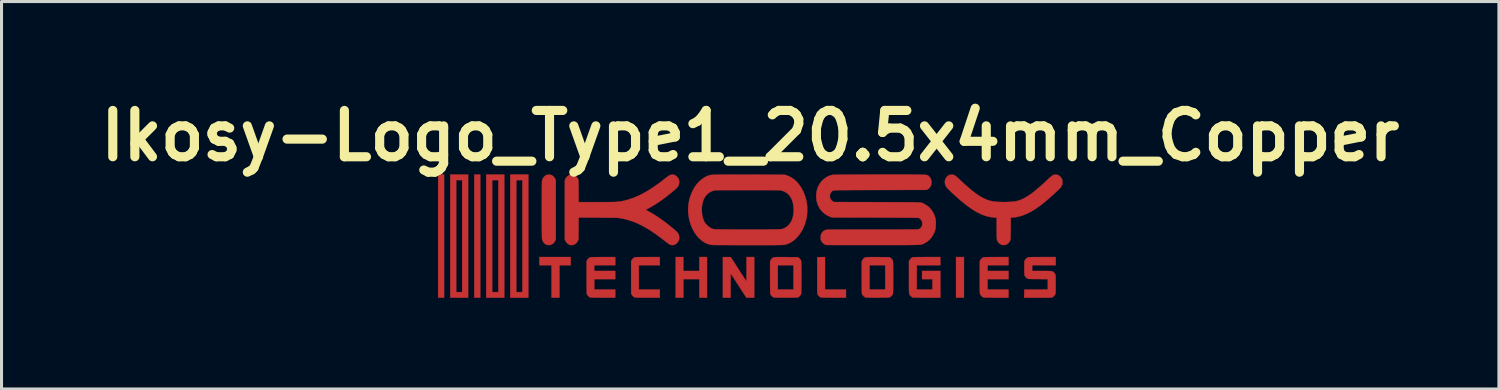
<source format=kicad_pcb>
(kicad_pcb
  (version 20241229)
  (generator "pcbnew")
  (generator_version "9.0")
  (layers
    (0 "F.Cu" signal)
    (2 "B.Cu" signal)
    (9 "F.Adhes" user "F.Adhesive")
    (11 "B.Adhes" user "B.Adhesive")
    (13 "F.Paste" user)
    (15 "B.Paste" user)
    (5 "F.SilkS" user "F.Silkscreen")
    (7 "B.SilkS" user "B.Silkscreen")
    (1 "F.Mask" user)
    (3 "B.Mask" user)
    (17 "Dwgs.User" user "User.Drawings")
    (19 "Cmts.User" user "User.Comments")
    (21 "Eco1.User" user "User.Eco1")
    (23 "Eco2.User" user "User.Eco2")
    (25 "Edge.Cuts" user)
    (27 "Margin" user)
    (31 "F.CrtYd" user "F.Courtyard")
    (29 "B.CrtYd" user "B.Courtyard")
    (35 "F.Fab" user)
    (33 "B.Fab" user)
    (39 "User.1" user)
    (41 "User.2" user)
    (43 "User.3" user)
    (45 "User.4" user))
  (footprint "Ikosy-Logo_Type1_20.5x4mm_Copper"
    (layer "F.Cu")
    (at 21.634 4.718)
    (property "Reference" "Ikosy-Logo_Type1_20.5x4mm_Copper" (at 0 -3.3 0) (layer "F.SilkS") (effects (font (size 1.524 1.524) (thickness 0.3))))
    (attr through_hole)
    (fp_poly (pts (xy -10.073 2.025) (xy -10.269 2.025) (xy -10.269 -2.025) (xy -10.073 -2.025) (xy -10.073 2.025)) (stroke (width 0.01) (type solid)) (fill yes) (layer "F.Cu"))
    (fp_poly (pts (xy -8.883 2.025) (xy -9.079 2.025) (xy -9.079 -2.025) (xy -8.883 -2.025) (xy -8.883 2.025)) (stroke (width 0.01) (type solid)) (fill yes) (layer "F.Cu"))
    (fp_poly (pts (xy 7.032 2.025) (xy 6.771 2.025) (xy 6.771 0.689) (xy 7.032 0.689) (xy 7.032 2.025)) (stroke (width 0.01) (type solid)) (fill yes) (layer "F.Cu"))
    (fp_poly (pts (xy -5.907 0.958) (xy -6.277 0.958) (xy -6.277 2.025) (xy -6.539 2.025) (xy -6.539 0.958) (xy -6.938 0.958) (xy -6.938 0.689) (xy -5.907 0.689) (xy -5.907 0.958)) (stroke (width 0.01) (type solid)) (fill yes) (layer "F.Cu"))
    (fp_poly (pts (xy -9.282 2.025) (xy -9.87 2.025) (xy -9.87 -1.843) (xy -9.674 -1.843) (xy -9.674 1.843) (xy -9.478 1.843) (xy -9.478 -1.843) (xy -9.674 -1.843) (xy -9.87 -1.843) (xy -9.87 -2.025) (xy -9.282 -2.025) (xy -9.282 2.025)) (stroke (width 0.01) (type solid)) (fill yes) (layer "F.Cu"))
    (fp_poly (pts (xy -8.092 2.025) (xy -8.687 2.025) (xy -8.687 -1.843) (xy -8.491 -1.843) (xy -8.491 1.843) (xy -8.288 1.843) (xy -8.288 -1.843) (xy -8.491 -1.843) (xy -8.687 -1.843) (xy -8.687 -2.025) (xy -8.092 -2.025) (xy -8.092 2.025)) (stroke (width 0.01) (type solid)) (fill yes) (layer "F.Cu"))
    (fp_poly (pts (xy -2.199 1.147) (xy -1.676 1.147) (xy -1.676 0.689) (xy -1.422 0.689) (xy -1.422 2.025) (xy -1.676 2.025) (xy -1.676 1.415) (xy -2.199 1.415) (xy -2.199 2.025) (xy -2.453 2.025) (xy -2.453 0.689) (xy -2.199 0.689) (xy -2.199 1.147)) (stroke (width 0.01) (type solid)) (fill yes) (layer "F.Cu"))
    (fp_poly (pts (xy -7.301 2.025) (xy -7.896 2.025) (xy -7.896 0.897) (xy -7.699 0.897) (xy -7.699 1.027) (xy -7.698 1.15) (xy -7.698 1.265) (xy -7.698 1.371) (xy -7.698 1.468) (xy -7.698 1.554) (xy -7.698 1.631) (xy -7.698 1.696) (xy -7.697 1.749) (xy -7.697 1.79) (xy -7.697 1.818) (xy -7.697 1.832) (xy -7.696 1.834) (xy -7.69 1.838) (xy -7.675 1.841) (xy -7.648 1.843) (xy -7.609 1.843) (xy -7.595 1.843) (xy -7.497 1.843) (xy -7.497 -1.844) (xy -7.596 -1.842) (xy -7.696 -1.84) (xy -7.698 -0.007) (xy -7.698 0.155) (xy -7.698 0.313) (xy -7.698 0.467) (xy -7.698 0.616) (xy -7.699 0.76) (xy -7.699 0.897) (xy -7.896 0.897) (xy -7.896 -2.025) (xy -7.301 -2.025) (xy -7.301 2.025)) (stroke (width 0.01) (type solid)) (fill yes) (layer "F.Cu"))
    (fp_poly (pts (xy -2.975 0.958) (xy -3.665 0.958) (xy -3.665 1.756) (xy -2.975 1.756) (xy -2.975 2.025) (xy -3.376 2.024) (xy -3.467 2.024) (xy -3.544 2.024) (xy -3.608 2.024) (xy -3.662 2.023) (xy -3.705 2.022) (xy -3.739 2.021) (xy -3.765 2.02) (xy -3.784 2.018) (xy -3.798 2.016) (xy -3.805 2.014) (xy -3.841 1.994) (xy -3.873 1.963) (xy -3.899 1.924) (xy -3.902 1.92) (xy -3.919 1.883) (xy -3.919 0.831) (xy -3.902 0.794) (xy -3.879 0.759) (xy -3.849 0.728) (xy -3.815 0.705) (xy -3.797 0.698) (xy -3.784 0.696) (xy -3.761 0.694) (xy -3.727 0.693) (xy -3.682 0.691) (xy -3.624 0.691) (xy -3.554 0.69) (xy -3.47 0.69) (xy -3.373 0.689) (xy -2.975 0.689) (xy -2.975 0.958)) (stroke (width 0.01) (type solid)) (fill yes) (layer "F.Cu"))
    (fp_poly (pts (xy 2.46 1.756) (xy 3.15 1.756) (xy 3.15 2.025) (xy 2.745 2.025) (xy 2.658 2.025) (xy 2.584 2.024) (xy 2.522 2.024) (xy 2.471 2.024) (xy 2.429 2.023) (xy 2.397 2.022) (xy 2.371 2.021) (xy 2.352 2.02) (xy 2.337 2.018) (xy 2.326 2.016) (xy 2.318 2.014) (xy 2.311 2.011) (xy 2.289 1.998) (xy 2.266 1.978) (xy 2.254 1.967) (xy 2.245 1.957) (xy 2.237 1.949) (xy 2.23 1.94) (xy 2.224 1.931) (xy 2.219 1.921) (xy 2.215 1.907) (xy 2.212 1.89) (xy 2.209 1.869) (xy 2.207 1.841) (xy 2.205 1.807) (xy 2.204 1.766) (xy 2.203 1.716) (xy 2.203 1.657) (xy 2.203 1.587) (xy 2.202 1.506) (xy 2.203 1.412) (xy 2.203 1.305) (xy 2.203 1.288) (xy 2.203 0.693) (xy 2.46 0.689) (xy 2.46 1.756)) (stroke (width 0.01) (type solid)) (fill yes) (layer "F.Cu"))
    (fp_poly (pts (xy 0.131 2.025) (xy -0.127 2.025) (xy -0.381 1.632) (xy -0.425 1.564) (xy -0.466 1.5) (xy -0.505 1.44) (xy -0.541 1.386) (xy -0.572 1.339) (xy -0.598 1.299) (xy -0.618 1.268) (xy -0.632 1.247) (xy -0.639 1.237) (xy -0.64 1.237) (xy -0.641 1.243) (xy -0.642 1.262) (xy -0.643 1.294) (xy -0.644 1.336) (xy -0.645 1.387) (xy -0.645 1.447) (xy -0.646 1.513) (xy -0.646 1.584) (xy -0.646 1.629) (xy -0.646 2.025) (xy -0.9 2.025) (xy -0.9 0.689) (xy -0.771 0.69) (xy -0.642 0.69) (xy -0.388 1.085) (xy -0.344 1.153) (xy -0.303 1.218) (xy -0.264 1.278) (xy -0.229 1.332) (xy -0.198 1.379) (xy -0.171 1.418) (xy -0.151 1.449) (xy -0.137 1.47) (xy -0.13 1.479) (xy -0.129 1.48) (xy -0.128 1.473) (xy -0.127 1.453) (xy -0.126 1.421) (xy -0.125 1.378) (xy -0.125 1.326) (xy -0.124 1.267) (xy -0.124 1.2) (xy -0.123 1.128) (xy -0.123 1.085) (xy -0.123 0.689) (xy 0.131 0.689) (xy 0.131 2.025)) (stroke (width 0.01) (type solid)) (fill yes) (layer "F.Cu"))
    (fp_poly (pts (xy -4.441 0.958) (xy -5.131 0.958) (xy -5.131 1.147) (xy -4.441 1.147) (xy -4.441 1.415) (xy -5.131 1.415) (xy -5.131 1.756) (xy -4.441 1.756) (xy -4.441 2.025) (xy -4.846 2.025) (xy -4.933 2.025) (xy -5.007 2.024) (xy -5.069 2.024) (xy -5.12 2.024) (xy -5.162 2.023) (xy -5.194 2.022) (xy -5.22 2.021) (xy -5.239 2.02) (xy -5.254 2.018) (xy -5.265 2.016) (xy -5.273 2.014) (xy -5.28 2.011) (xy -5.308 1.993) (xy -5.336 1.966) (xy -5.36 1.936) (xy -5.375 1.906) (xy -5.376 1.903) (xy -5.378 1.892) (xy -5.38 1.873) (xy -5.381 1.844) (xy -5.382 1.804) (xy -5.383 1.754) (xy -5.384 1.693) (xy -5.384 1.619) (xy -5.385 1.533) (xy -5.385 1.433) (xy -5.385 1.353) (xy -5.385 0.831) (xy -5.368 0.794) (xy -5.345 0.759) (xy -5.315 0.728) (xy -5.281 0.705) (xy -5.262 0.698) (xy -5.25 0.696) (xy -5.227 0.694) (xy -5.193 0.693) (xy -5.148 0.691) (xy -5.09 0.691) (xy -5.02 0.69) (xy -4.936 0.69) (xy -4.839 0.689) (xy -4.441 0.689) (xy -4.441 0.958)) (stroke (width 0.01) (type solid)) (fill yes) (layer "F.Cu"))
    (fp_poly (pts (xy 8.498 0.958) (xy 7.809 0.958) (xy 7.809 1.147) (xy 8.498 1.147) (xy 8.498 1.415) (xy 7.809 1.415) (xy 7.809 1.756) (xy 8.498 1.756) (xy 8.498 2.025) (xy 8.094 2.025) (xy 8.006 2.025) (xy 7.932 2.024) (xy 7.87 2.024) (xy 7.819 2.024) (xy 7.778 2.023) (xy 7.745 2.022) (xy 7.72 2.021) (xy 7.7 2.02) (xy 7.686 2.018) (xy 7.675 2.016) (xy 7.667 2.014) (xy 7.66 2.011) (xy 7.631 1.993) (xy 7.602 1.966) (xy 7.577 1.935) (xy 7.561 1.905) (xy 7.561 1.904) (xy 7.559 1.896) (xy 7.557 1.884) (xy 7.556 1.866) (xy 7.555 1.842) (xy 7.554 1.811) (xy 7.553 1.771) (xy 7.552 1.722) (xy 7.552 1.663) (xy 7.551 1.593) (xy 7.551 1.511) (xy 7.551 1.415) (xy 7.551 1.353) (xy 7.551 0.831) (xy 7.568 0.797) (xy 7.588 0.765) (xy 7.616 0.735) (xy 7.646 0.712) (xy 7.675 0.698) (xy 7.675 0.697) (xy 7.69 0.695) (xy 7.719 0.694) (xy 7.762 0.692) (xy 7.819 0.691) (xy 7.889 0.69) (xy 7.973 0.69) (xy 8.07 0.689) (xy 8.101 0.689) (xy 8.498 0.689) (xy 8.498 0.958)) (stroke (width 0.01) (type solid)) (fill yes) (layer "F.Cu"))
    (fp_poly (pts (xy -6.58 -2.018) (xy -6.538 -2.007) (xy -6.528 -2.002) (xy -6.479 -1.968) (xy -6.44 -1.923) (xy -6.418 -1.883) (xy -6.397 -1.84) (xy -6.397 0.112) (xy -6.416 0.153) (xy -6.448 0.206) (xy -6.487 0.247) (xy -6.534 0.276) (xy -6.587 0.292) (xy -6.61 0.295) (xy -6.65 0.295) (xy -6.683 0.289) (xy -6.696 0.285) (xy -6.745 0.26) (xy -6.787 0.223) (xy -6.82 0.176) (xy -6.843 0.122) (xy -6.85 0.091) (xy -6.851 0.077) (xy -6.852 0.05) (xy -6.853 0.01) (xy -6.854 -0.04) (xy -6.855 -0.101) (xy -6.856 -0.172) (xy -6.857 -0.25) (xy -6.857 -0.335) (xy -6.858 -0.425) (xy -6.858 -0.521) (xy -6.858 -0.62) (xy -6.858 -0.722) (xy -6.858 -0.825) (xy -6.858 -0.929) (xy -6.858 -1.032) (xy -6.858 -1.133) (xy -6.858 -1.232) (xy -6.857 -1.326) (xy -6.857 -1.415) (xy -6.856 -1.499) (xy -6.856 -1.575) (xy -6.855 -1.643) (xy -6.854 -1.701) (xy -6.853 -1.749) (xy -6.852 -1.785) (xy -6.851 -1.809) (xy -6.85 -1.818) (xy -6.833 -1.875) (xy -6.806 -1.925) (xy -6.77 -1.967) (xy -6.727 -1.999) (xy -6.714 -2.005) (xy -6.673 -2.018) (xy -6.627 -2.022) (xy -6.58 -2.018)) (stroke (width 0.01) (type solid)) (fill yes) (layer "F.Cu"))
    (fp_poly (pts (xy 6.256 0.958) (xy 5.479 0.958) (xy 5.479 1.756) (xy 5.994 1.756) (xy 5.994 1.415) (xy 5.653 1.415) (xy 5.653 1.147) (xy 6.256 1.147) (xy 6.256 2.025) (xy 5.808 2.025) (xy 5.715 2.025) (xy 5.636 2.024) (xy 5.57 2.024) (xy 5.514 2.024) (xy 5.469 2.023) (xy 5.432 2.023) (xy 5.403 2.022) (xy 5.381 2.021) (xy 5.364 2.019) (xy 5.351 2.018) (xy 5.342 2.015) (xy 5.334 2.013) (xy 5.33 2.011) (xy 5.308 1.998) (xy 5.285 1.978) (xy 5.273 1.967) (xy 5.264 1.957) (xy 5.255 1.947) (xy 5.248 1.938) (xy 5.242 1.929) (xy 5.237 1.917) (xy 5.233 1.903) (xy 5.229 1.884) (xy 5.227 1.86) (xy 5.225 1.831) (xy 5.223 1.794) (xy 5.222 1.749) (xy 5.222 1.695) (xy 5.222 1.631) (xy 5.221 1.556) (xy 5.221 1.468) (xy 5.222 1.366) (xy 5.222 0.831) (xy 5.239 0.796) (xy 5.26 0.763) (xy 5.29 0.733) (xy 5.322 0.709) (xy 5.347 0.698) (xy 5.359 0.696) (xy 5.38 0.694) (xy 5.411 0.693) (xy 5.452 0.692) (xy 5.505 0.691) (xy 5.571 0.69) (xy 5.649 0.69) (xy 5.74 0.689) (xy 5.816 0.689) (xy 6.256 0.689) (xy 6.256 0.958)) (stroke (width 0.01) (type solid)) (fill yes) (layer "F.Cu"))
    (fp_poly (pts (xy 10.051 0.958) (xy 9.275 0.958) (xy 9.275 1.147) (xy 9.588 1.147) (xy 9.668 1.147) (xy 9.734 1.147) (xy 9.789 1.148) (xy 9.833 1.149) (xy 9.869 1.15) (xy 9.897 1.153) (xy 9.919 1.156) (xy 9.936 1.16) (xy 9.95 1.165) (xy 9.961 1.171) (xy 9.973 1.179) (xy 9.981 1.185) (xy 9.997 1.202) (xy 10.016 1.225) (xy 10.026 1.242) (xy 10.048 1.281) (xy 10.05 1.564) (xy 10.05 1.654) (xy 10.05 1.729) (xy 10.05 1.789) (xy 10.048 1.836) (xy 10.046 1.867) (xy 10.044 1.883) (xy 10.028 1.927) (xy 10.001 1.966) (xy 9.966 1.996) (xy 9.947 2.007) (xy 9.91 2.025) (xy 9.013 2.025) (xy 9.015 1.892) (xy 9.017 1.76) (xy 9.403 1.758) (xy 9.79 1.756) (xy 9.79 1.416) (xy 9.469 1.414) (xy 9.392 1.413) (xy 9.328 1.413) (xy 9.277 1.412) (xy 9.235 1.411) (xy 9.203 1.41) (xy 9.178 1.409) (xy 9.159 1.408) (xy 9.146 1.406) (xy 9.136 1.403) (xy 9.128 1.4) (xy 9.12 1.397) (xy 9.119 1.396) (xy 9.08 1.368) (xy 9.048 1.33) (xy 9.034 1.306) (xy 9.029 1.297) (xy 9.025 1.287) (xy 9.023 1.276) (xy 9.02 1.262) (xy 9.019 1.243) (xy 9.018 1.217) (xy 9.017 1.183) (xy 9.017 1.138) (xy 9.017 1.081) (xy 9.017 1.052) (xy 9.017 0.99) (xy 9.017 0.94) (xy 9.018 0.901) (xy 9.018 0.871) (xy 9.02 0.849) (xy 9.022 0.833) (xy 9.024 0.821) (xy 9.028 0.81) (xy 9.032 0.8) (xy 9.034 0.797) (xy 9.055 0.764) (xy 9.084 0.733) (xy 9.117 0.71) (xy 9.143 0.698) (xy 9.154 0.696) (xy 9.175 0.694) (xy 9.206 0.693) (xy 9.248 0.692) (xy 9.301 0.691) (xy 9.366 0.69) (xy 9.444 0.69) (xy 9.535 0.689) (xy 9.611 0.689) (xy 10.051 0.689) (xy 10.051 0.958)) (stroke (width 0.01) (type solid)) (fill yes) (layer "F.Cu"))
    (fp_poly (pts (xy 1.091 0.69) (xy 1.183 0.691) (xy 1.557 0.693) (xy 1.59 0.713) (xy 1.614 0.73) (xy 1.636 0.75) (xy 1.643 0.758) (xy 1.65 0.768) (xy 1.657 0.777) (xy 1.663 0.787) (xy 1.668 0.798) (xy 1.672 0.812) (xy 1.675 0.829) (xy 1.677 0.851) (xy 1.679 0.878) (xy 1.681 0.912) (xy 1.682 0.954) (xy 1.683 1.005) (xy 1.683 1.066) (xy 1.684 1.137) (xy 1.684 1.221) (xy 1.684 1.318) (xy 1.684 1.357) (xy 1.684 1.457) (xy 1.684 1.543) (xy 1.683 1.617) (xy 1.683 1.679) (xy 1.683 1.732) (xy 1.682 1.775) (xy 1.681 1.81) (xy 1.68 1.837) (xy 1.679 1.859) (xy 1.678 1.876) (xy 1.676 1.888) (xy 1.674 1.898) (xy 1.672 1.905) (xy 1.655 1.938) (xy 1.63 1.97) (xy 1.6 1.997) (xy 1.569 2.014) (xy 1.563 2.016) (xy 1.551 2.018) (xy 1.531 2.02) (xy 1.502 2.021) (xy 1.462 2.023) (xy 1.412 2.023) (xy 1.349 2.024) (xy 1.274 2.024) (xy 1.186 2.025) (xy 1.16 2.025) (xy 1.077 2.025) (xy 1.006 2.024) (xy 0.948 2.024) (xy 0.9 2.024) (xy 0.862 2.023) (xy 0.832 2.022) (xy 0.809 2.021) (xy 0.792 2.019) (xy 0.779 2.018) (xy 0.769 2.015) (xy 0.761 2.013) (xy 0.758 2.011) (xy 0.73 1.993) (xy 0.702 1.966) (xy 0.678 1.936) (xy 0.663 1.906) (xy 0.662 1.903) (xy 0.66 1.892) (xy 0.658 1.873) (xy 0.657 1.844) (xy 0.656 1.804) (xy 0.655 1.754) (xy 0.654 1.693) (xy 0.654 1.619) (xy 0.653 1.533) (xy 0.653 1.433) (xy 0.653 1.353) (xy 0.653 0.958) (xy 0.907 0.958) (xy 0.907 1.756) (xy 1.422 1.756) (xy 1.422 0.958) (xy 0.907 0.958) (xy 0.653 0.958) (xy 0.653 0.831) (xy 0.67 0.794) (xy 0.693 0.758) (xy 0.725 0.727) (xy 0.76 0.704) (xy 0.779 0.697) (xy 0.791 0.695) (xy 0.813 0.693) (xy 0.846 0.692) (xy 0.889 0.691) (xy 0.944 0.691) (xy 1.011 0.69) (xy 1.091 0.69)) (stroke (width 0.01) (type solid)) (fill yes) (layer "F.Cu"))
    (fp_poly (pts (xy 4.099 0.69) (xy 4.19 0.691) (xy 4.202 0.691) (xy 4.576 0.693) (xy 4.609 0.713) (xy 4.633 0.73) (xy 4.655 0.75) (xy 4.662 0.758) (xy 4.669 0.768) (xy 4.676 0.777) (xy 4.682 0.787) (xy 4.687 0.798) (xy 4.691 0.812) (xy 4.694 0.829) (xy 4.696 0.851) (xy 4.698 0.878) (xy 4.7 0.912) (xy 4.701 0.954) (xy 4.702 1.005) (xy 4.702 1.066) (xy 4.703 1.137) (xy 4.703 1.221) (xy 4.703 1.318) (xy 4.703 1.357) (xy 4.703 1.457) (xy 4.703 1.543) (xy 4.702 1.617) (xy 4.702 1.679) (xy 4.702 1.732) (xy 4.701 1.775) (xy 4.7 1.81) (xy 4.699 1.837) (xy 4.698 1.859) (xy 4.696 1.876) (xy 4.695 1.888) (xy 4.693 1.898) (xy 4.691 1.905) (xy 4.674 1.938) (xy 4.649 1.97) (xy 4.619 1.997) (xy 4.588 2.014) (xy 4.582 2.016) (xy 4.57 2.018) (xy 4.55 2.02) (xy 4.52 2.021) (xy 4.481 2.023) (xy 4.43 2.023) (xy 4.368 2.024) (xy 4.293 2.024) (xy 4.205 2.025) (xy 4.179 2.025) (xy 4.096 2.025) (xy 4.025 2.024) (xy 3.967 2.024) (xy 3.919 2.024) (xy 3.881 2.023) (xy 3.851 2.022) (xy 3.828 2.021) (xy 3.811 2.019) (xy 3.798 2.018) (xy 3.788 2.015) (xy 3.78 2.012) (xy 3.777 2.011) (xy 3.748 1.992) (xy 3.719 1.965) (xy 3.693 1.932) (xy 3.681 1.911) (xy 3.679 1.905) (xy 3.677 1.897) (xy 3.675 1.887) (xy 3.673 1.873) (xy 3.672 1.855) (xy 3.671 1.831) (xy 3.67 1.801) (xy 3.67 1.763) (xy 3.669 1.716) (xy 3.669 1.659) (xy 3.669 1.591) (xy 3.669 1.512) (xy 3.668 1.42) (xy 3.668 1.361) (xy 3.668 0.958) (xy 3.926 0.958) (xy 3.926 1.756) (xy 4.441 1.756) (xy 4.441 0.958) (xy 3.926 0.958) (xy 3.668 0.958) (xy 3.668 0.838) (xy 3.686 0.8) (xy 3.708 0.763) (xy 3.739 0.731) (xy 3.773 0.707) (xy 3.797 0.697) (xy 3.81 0.695) (xy 3.831 0.694) (xy 3.862 0.692) (xy 3.904 0.691) (xy 3.956 0.691) (xy 4.021 0.69) (xy 4.099 0.69)) (stroke (width 0.01) (type solid)) (fill yes) (layer "F.Cu"))
    (fp_poly (pts (xy -2.532 -2.022) (xy -2.487 -2.01) (xy -2.445 -1.985) (xy -2.413 -1.957) (xy -2.378 -1.918) (xy -2.355 -1.88) (xy -2.342 -1.838) (xy -2.338 -1.79) (xy -2.338 -1.76) (xy -2.341 -1.729) (xy -2.346 -1.701) (xy -2.354 -1.675) (xy -2.367 -1.65) (xy -2.385 -1.623) (xy -2.409 -1.594) (xy -2.442 -1.562) (xy -2.483 -1.525) (xy -2.533 -1.482) (xy -2.589 -1.435) (xy -2.737 -1.316) (xy -2.881 -1.208) (xy -3.022 -1.11) (xy -3.162 -1.02) (xy -3.304 -0.937) (xy -3.373 -0.899) (xy -3.399 -0.885) (xy -3.419 -0.873) (xy -3.431 -0.865) (xy -3.432 -0.864) (xy -3.426 -0.859) (xy -3.41 -0.849) (xy -3.386 -0.836) (xy -3.366 -0.824) (xy -3.203 -0.733) (xy -3.04 -0.63) (xy -2.875 -0.515) (xy -2.708 -0.388) (xy -2.576 -0.281) (xy -2.518 -0.233) (xy -2.471 -0.191) (xy -2.432 -0.156) (xy -2.402 -0.126) (xy -2.38 -0.099) (xy -2.363 -0.074) (xy -2.352 -0.05) (xy -2.345 -0.024) (xy -2.34 0.003) (xy -2.338 0.033) (xy -2.339 0.087) (xy -2.347 0.131) (xy -2.365 0.171) (xy -2.393 0.209) (xy -2.413 0.23) (xy -2.455 0.265) (xy -2.499 0.287) (xy -2.545 0.296) (xy -2.58 0.295) (xy -2.607 0.291) (xy -2.632 0.283) (xy -2.66 0.27) (xy -2.691 0.25) (xy -2.729 0.223) (xy -2.769 0.192) (xy -2.924 0.07) (xy -3.072 -0.039) (xy -3.214 -0.138) (xy -3.35 -0.226) (xy -3.483 -0.303) (xy -3.612 -0.371) (xy -3.739 -0.43) (xy -3.865 -0.481) (xy -3.991 -0.523) (xy -4.117 -0.557) (xy -4.244 -0.584) (xy -4.289 -0.592) (xy -4.304 -0.595) (xy -4.32 -0.596) (xy -4.338 -0.598) (xy -4.361 -0.6) (xy -4.387 -0.601) (xy -4.419 -0.602) (xy -4.457 -0.603) (xy -4.503 -0.604) (xy -4.558 -0.605) (xy -4.621 -0.605) (xy -4.695 -0.606) (xy -4.781 -0.607) (xy -4.879 -0.607) (xy -4.99 -0.608) (xy -5.005 -0.608) (xy -5.646 -0.611) (xy -5.648 -0.249) (xy -5.65 0.112) (xy -5.669 0.153) (xy -5.7 0.205) (xy -5.739 0.246) (xy -5.784 0.275) (xy -5.834 0.292) (xy -5.86 0.295) (xy -5.888 0.295) (xy -5.914 0.293) (xy -5.927 0.291) (xy -5.974 0.272) (xy -6.017 0.24) (xy -6.054 0.198) (xy -6.081 0.153) (xy -6.1 0.112) (xy -6.1 -1.84) (xy -6.081 -1.88) (xy -6.05 -1.931) (xy -6.011 -1.973) (xy -5.969 -2.002) (xy -5.947 -2.012) (xy -5.926 -2.018) (xy -5.9 -2.02) (xy -5.875 -2.021) (xy -5.842 -2.02) (xy -5.818 -2.017) (xy -5.797 -2.01) (xy -5.78 -2.002) (xy -5.735 -1.97) (xy -5.697 -1.928) (xy -5.669 -1.88) (xy -5.65 -1.84) (xy -5.648 -1.479) (xy -5.646 -1.118) (xy -5.074 -1.118) (xy -4.977 -1.118) (xy -4.883 -1.118) (xy -4.794 -1.118) (xy -4.711 -1.119) (xy -4.635 -1.12) (xy -4.568 -1.121) (xy -4.51 -1.122) (xy -4.463 -1.123) (xy -4.428 -1.124) (xy -4.408 -1.125) (xy -4.272 -1.141) (xy -4.137 -1.167) (xy -3.999 -1.205) (xy -3.873 -1.248) (xy -3.76 -1.293) (xy -3.649 -1.342) (xy -3.538 -1.398) (xy -3.425 -1.46) (xy -3.31 -1.53) (xy -3.191 -1.607) (xy -3.066 -1.694) (xy -2.935 -1.791) (xy -2.811 -1.887) (xy -2.762 -1.925) (xy -2.721 -1.956) (xy -2.689 -1.979) (xy -2.662 -1.996) (xy -2.639 -2.008) (xy -2.619 -2.015) (xy -2.599 -2.02) (xy -2.582 -2.022) (xy -2.532 -2.022)) (stroke (width 0.01) (type solid)) (fill yes) (layer "F.Cu"))
    (fp_poly (pts (xy 10.079 -2.02) (xy 10.102 -2.017) (xy 10.122 -2.011) (xy 10.144 -2) (xy 10.193 -1.965) (xy 10.232 -1.919) (xy 10.253 -1.88) (xy 10.263 -1.857) (xy 10.269 -1.835) (xy 10.272 -1.809) (xy 10.272 -1.774) (xy 10.272 -1.741) (xy 10.27 -1.717) (xy 10.265 -1.697) (xy 10.255 -1.674) (xy 10.245 -1.653) (xy 10.235 -1.633) (xy 10.225 -1.616) (xy 10.212 -1.599) (xy 10.196 -1.58) (xy 10.174 -1.557) (xy 10.145 -1.529) (xy 10.107 -1.493) (xy 10.1 -1.486) (xy 9.978 -1.373) (xy 9.864 -1.271) (xy 9.758 -1.178) (xy 9.657 -1.095) (xy 9.562 -1.02) (xy 9.471 -0.954) (xy 9.384 -0.894) (xy 9.299 -0.841) (xy 9.215 -0.793) (xy 9.148 -0.759) (xy 9.022 -0.702) (xy 8.899 -0.659) (xy 8.78 -0.63) (xy 8.664 -0.613) (xy 8.642 -0.612) (xy 8.571 -0.607) (xy 8.569 -0.251) (xy 8.569 -0.17) (xy 8.568 -0.102) (xy 8.568 -0.046) (xy 8.567 -0.000405) (xy 8.566 0.036) (xy 8.565 0.065) (xy 8.564 0.087) (xy 8.562 0.104) (xy 8.56 0.117) (xy 8.557 0.127) (xy 8.554 0.137) (xy 8.55 0.147) (xy 8.529 0.187) (xy 8.498 0.225) (xy 8.462 0.257) (xy 8.43 0.276) (xy 8.381 0.291) (xy 8.329 0.295) (xy 8.279 0.288) (xy 8.267 0.284) (xy 8.218 0.26) (xy 8.176 0.224) (xy 8.152 0.193) (xy 8.143 0.18) (xy 8.135 0.167) (xy 8.129 0.155) (xy 8.124 0.14) (xy 8.12 0.123) (xy 8.116 0.101) (xy 8.114 0.074) (xy 8.112 0.04) (xy 8.111 -0.003) (xy 8.11 -0.055) (xy 8.109 -0.118) (xy 8.108 -0.193) (xy 8.108 -0.251) (xy 8.106 -0.607) (xy 8.026 -0.612) (xy 7.919 -0.623) (xy 7.81 -0.646) (xy 7.7 -0.679) (xy 7.588 -0.724) (xy 7.473 -0.78) (xy 7.355 -0.849) (xy 7.233 -0.93) (xy 7.105 -1.024) (xy 7.048 -1.069) (xy 6.994 -1.113) (xy 6.937 -1.161) (xy 6.878 -1.211) (xy 6.818 -1.264) (xy 6.759 -1.317) (xy 6.701 -1.369) (xy 6.646 -1.42) (xy 6.595 -1.468) (xy 6.55 -1.513) (xy 6.511 -1.552) (xy 6.479 -1.585) (xy 6.457 -1.611) (xy 6.446 -1.626) (xy 6.419 -1.683) (xy 6.405 -1.742) (xy 6.403 -1.8) (xy 6.414 -1.855) (xy 6.436 -1.906) (xy 6.47 -1.952) (xy 6.515 -1.989) (xy 6.533 -2) (xy 6.555 -2.011) (xy 6.575 -2.017) (xy 6.598 -2.02) (xy 6.629 -2.021) (xy 6.661 -2.02) (xy 6.684 -2.017) (xy 6.704 -2.011) (xy 6.726 -2) (xy 6.727 -1.999) (xy 6.745 -1.987) (xy 6.771 -1.967) (xy 6.802 -1.941) (xy 6.836 -1.911) (xy 6.861 -1.888) (xy 6.967 -1.788) (xy 7.065 -1.699) (xy 7.155 -1.619) (xy 7.238 -1.548) (xy 7.315 -1.484) (xy 7.387 -1.428) (xy 7.455 -1.379) (xy 7.52 -1.335) (xy 7.583 -1.297) (xy 7.644 -1.262) (xy 7.681 -1.244) (xy 7.744 -1.214) (xy 7.803 -1.19) (xy 7.86 -1.171) (xy 7.92 -1.155) (xy 7.984 -1.143) (xy 8.056 -1.134) (xy 8.138 -1.127) (xy 8.192 -1.124) (xy 8.268 -1.121) (xy 8.349 -1.12) (xy 8.43 -1.121) (xy 8.51 -1.124) (xy 8.585 -1.128) (xy 8.653 -1.134) (xy 8.711 -1.142) (xy 8.739 -1.147) (xy 8.804 -1.163) (xy 8.87 -1.183) (xy 8.937 -1.21) (xy 9.005 -1.243) (xy 9.077 -1.282) (xy 9.151 -1.329) (xy 9.23 -1.383) (xy 9.313 -1.445) (xy 9.402 -1.516) (xy 9.497 -1.597) (xy 9.599 -1.687) (xy 9.708 -1.787) (xy 9.826 -1.898) (xy 9.859 -1.927) (xy 9.891 -1.955) (xy 9.92 -1.978) (xy 9.942 -1.995) (xy 9.95 -1.999) (xy 9.973 -2.011) (xy 9.993 -2.017) (xy 10.015 -2.02) (xy 10.047 -2.021) (xy 10.048 -2.021) (xy 10.079 -2.02)) (stroke (width 0.01) (type solid)) (fill yes) (layer "F.Cu"))
    (fp_poly (pts (xy -0.542 -2.024) (xy -0.42 -2.024) (xy -0.284 -2.023) (xy -0.136 -2.023) (xy -0.047 -2.023) (xy 1.121 -2.021) (xy 1.179 -2.005) (xy 1.272 -1.971) (xy 1.36 -1.924) (xy 1.444 -1.865) (xy 1.523 -1.794) (xy 1.595 -1.712) (xy 1.661 -1.62) (xy 1.72 -1.519) (xy 1.77 -1.409) (xy 1.812 -1.293) (xy 1.832 -1.221) (xy 1.848 -1.155) (xy 1.859 -1.097) (xy 1.867 -1.042) (xy 1.872 -0.985) (xy 1.875 -0.921) (xy 1.875 -0.864) (xy 1.874 -0.792) (xy 1.871 -0.731) (xy 1.866 -0.675) (xy 1.857 -0.62) (xy 1.845 -0.56) (xy 1.832 -0.505) (xy 1.797 -0.39) (xy 1.753 -0.281) (xy 1.7 -0.177) (xy 1.64 -0.082) (xy 1.573 0.005) (xy 1.5 0.083) (xy 1.422 0.15) (xy 1.34 0.205) (xy 1.254 0.247) (xy 1.235 0.254) (xy 1.22 0.26) (xy 1.206 0.265) (xy 1.193 0.269) (xy 1.179 0.273) (xy 1.165 0.277) (xy 1.149 0.28) (xy 1.13 0.283) (xy 1.109 0.286) (xy 1.084 0.288) (xy 1.054 0.29) (xy 1.02 0.292) (xy 0.979 0.293) (xy 0.933 0.294) (xy 0.878 0.295) (xy 0.816 0.296) (xy 0.745 0.296) (xy 0.665 0.297) (xy 0.575 0.297) (xy 0.474 0.297) (xy 0.361 0.297) (xy 0.237 0.297) (xy 0.099 0.297) (xy -0.052 0.297) (xy -0.097 0.297) (xy -0.255 0.297) (xy -0.4 0.297) (xy -0.531 0.296) (xy -0.649 0.296) (xy -0.755 0.296) (xy -0.85 0.295) (xy -0.933 0.295) (xy -1.007 0.295) (xy -1.07 0.294) (xy -1.125 0.293) (xy -1.17 0.293) (xy -1.208 0.292) (xy -1.239 0.291) (xy -1.263 0.29) (xy -1.28 0.289) (xy -1.292 0.287) (xy -1.295 0.287) (xy -1.378 0.266) (xy -1.456 0.236) (xy -1.53 0.195) (xy -1.604 0.141) (xy -1.677 0.075) (xy -1.705 0.047) (xy -1.78 -0.042) (xy -1.847 -0.142) (xy -1.906 -0.252) (xy -1.955 -0.37) (xy -1.994 -0.495) (xy -2.022 -0.625) (xy -2.04 -0.755) (xy -2.044 -0.865) (xy -1.595 -0.865) (xy -1.59 -0.767) (xy -1.577 -0.671) (xy -1.554 -0.581) (xy -1.521 -0.499) (xy -1.519 -0.493) (xy -1.502 -0.46) (xy -1.485 -0.433) (xy -1.465 -0.407) (xy -1.439 -0.379) (xy -1.419 -0.359) (xy -1.364 -0.309) (xy -1.31 -0.272) (xy -1.253 -0.245) (xy -1.197 -0.229) (xy -1.183 -0.227) (xy -1.155 -0.226) (xy -1.114 -0.225) (xy -1.062 -0.223) (xy -0.999 -0.222) (xy -0.927 -0.221) (xy -0.847 -0.22) (xy -0.759 -0.22) (xy -0.664 -0.219) (xy -0.565 -0.218) (xy -0.46 -0.218) (xy -0.352 -0.218) (xy -0.242 -0.217) (xy -0.131 -0.217) (xy -0.019 -0.217) (xy 0.093 -0.217) (xy 0.202 -0.217) (xy 0.31 -0.218) (xy 0.413 -0.218) (xy 0.512 -0.219) (xy 0.605 -0.219) (xy 0.692 -0.22) (xy 0.771 -0.221) (xy 0.841 -0.222) (xy 0.902 -0.223) (xy 0.952 -0.225) (xy 0.99 -0.226) (xy 1.016 -0.227) (xy 1.026 -0.229) (xy 1.1 -0.251) (xy 1.169 -0.287) (xy 1.233 -0.335) (xy 1.289 -0.394) (xy 1.336 -0.463) (xy 1.354 -0.494) (xy 1.386 -0.571) (xy 1.409 -0.657) (xy 1.423 -0.75) (xy 1.429 -0.845) (xy 1.426 -0.942) (xy 1.415 -1.036) (xy 1.395 -1.126) (xy 1.366 -1.208) (xy 1.352 -1.237) (xy 1.308 -1.309) (xy 1.255 -1.372) (xy 1.192 -1.425) (xy 1.121 -1.466) (xy 1.045 -1.495) (xy 1.025 -1.5) (xy 1.017 -1.502) (xy 1.008 -1.503) (xy 0.997 -1.505) (xy 0.983 -1.506) (xy 0.967 -1.507) (xy 0.947 -1.508) (xy 0.922 -1.509) (xy 0.892 -1.51) (xy 0.856 -1.511) (xy 0.814 -1.511) (xy 0.763 -1.512) (xy 0.705 -1.512) (xy 0.637 -1.512) (xy 0.56 -1.513) (xy 0.473 -1.513) (xy 0.374 -1.513) (xy 0.263 -1.513) (xy 0.14 -1.513) (xy 0.004 -1.513) (xy -0.083 -1.513) (xy -0.228 -1.513) (xy -0.359 -1.513) (xy -0.477 -1.513) (xy -0.583 -1.513) (xy -0.677 -1.513) (xy -0.76 -1.513) (xy -0.833 -1.512) (xy -0.897 -1.512) (xy -0.952 -1.512) (xy -0.999 -1.511) (xy -1.039 -1.51) (xy -1.072 -1.51) (xy -1.1 -1.509) (xy -1.123 -1.508) (xy -1.141 -1.507) (xy -1.156 -1.506) (xy -1.168 -1.504) (xy -1.178 -1.503) (xy -1.187 -1.501) (xy -1.192 -1.5) (xy -1.27 -1.474) (xy -1.342 -1.436) (xy -1.406 -1.386) (xy -1.462 -1.325) (xy -1.508 -1.254) (xy -1.521 -1.23) (xy -1.553 -1.149) (xy -1.576 -1.059) (xy -1.59 -0.964) (xy -1.595 -0.865) (xy -2.044 -0.865) (xy -2.044 -0.882) (xy -2.036 -1.011) (xy -2.016 -1.141) (xy -1.984 -1.269) (xy -1.941 -1.393) (xy -1.887 -1.511) (xy -1.823 -1.621) (xy -1.784 -1.678) (xy -1.729 -1.745) (xy -1.667 -1.808) (xy -1.6 -1.865) (xy -1.531 -1.915) (xy -1.462 -1.955) (xy -1.403 -1.981) (xy -1.388 -1.986) (xy -1.374 -1.991) (xy -1.36 -1.996) (xy -1.347 -2) (xy -1.332 -2.004) (xy -1.316 -2.007) (xy -1.298 -2.01) (xy -1.277 -2.013) (xy -1.253 -2.015) (xy -1.224 -2.017) (xy -1.19 -2.019) (xy -1.15 -2.02) (xy -1.104 -2.021) (xy -1.051 -2.022) (xy -0.989 -2.023) (xy -0.92 -2.023) (xy -0.841 -2.024) (xy -0.752 -2.024) (xy -0.653 -2.024) (xy -0.542 -2.024)) (stroke (width 0.01) (type solid)) (fill yes) (layer "F.Cu"))
    (fp_poly (pts (xy 5.016 -2.025) (xy 5.129 -2.025) (xy 5.231 -2.025) (xy 5.323 -2.024) (xy 5.405 -2.024) (xy 5.477 -2.023) (xy 5.542 -2.023) (xy 5.598 -2.022) (xy 5.646 -2.021) (xy 5.688 -2.019) (xy 5.723 -2.018) (xy 5.753 -2.016) (xy 5.778 -2.014) (xy 5.798 -2.012) (xy 5.814 -2.009) (xy 5.827 -2.006) (xy 5.837 -2.003) (xy 5.845 -1.999) (xy 5.851 -1.995) (xy 5.857 -1.991) (xy 5.862 -1.986) (xy 5.867 -1.98) (xy 5.873 -1.974) (xy 5.876 -1.972) (xy 5.917 -1.927) (xy 5.946 -1.876) (xy 5.961 -1.819) (xy 5.964 -1.754) (xy 5.964 -1.75) (xy 5.954 -1.688) (xy 5.932 -1.634) (xy 5.899 -1.588) (xy 5.856 -1.551) (xy 5.841 -1.542) (xy 5.802 -1.52) (xy 4.282 -1.517) (xy 4.105 -1.516) (xy 3.942 -1.516) (xy 3.793 -1.516) (xy 3.656 -1.515) (xy 3.532 -1.515) (xy 3.419 -1.515) (xy 3.317 -1.514) (xy 3.226 -1.514) (xy 3.144 -1.513) (xy 3.071 -1.513) (xy 3.008 -1.512) (xy 2.952 -1.511) (xy 2.904 -1.51) (xy 2.862 -1.509) (xy 2.827 -1.507) (xy 2.798 -1.506) (xy 2.774 -1.504) (xy 2.754 -1.502) (xy 2.738 -1.499) (xy 2.726 -1.497) (xy 2.717 -1.494) (xy 2.709 -1.49) (xy 2.703 -1.487) (xy 2.699 -1.483) (xy 2.694 -1.478) (xy 2.69 -1.473) (xy 2.685 -1.468) (xy 2.682 -1.465) (xy 2.649 -1.427) (xy 2.629 -1.381) (xy 2.62 -1.328) (xy 2.62 -1.317) (xy 2.626 -1.262) (xy 2.645 -1.215) (xy 2.676 -1.175) (xy 2.72 -1.141) (xy 2.72 -1.141) (xy 2.754 -1.121) (xy 4.166 -1.118) (xy 4.336 -1.117) (xy 4.492 -1.117) (xy 4.635 -1.116) (xy 4.766 -1.116) (xy 4.884 -1.116) (xy 4.991 -1.115) (xy 5.088 -1.115) (xy 5.174 -1.114) (xy 5.251 -1.114) (xy 5.319 -1.113) (xy 5.378 -1.112) (xy 5.43 -1.111) (xy 5.475 -1.11) (xy 5.514 -1.108) (xy 5.547 -1.107) (xy 5.575 -1.105) (xy 5.598 -1.103) (xy 5.618 -1.1) (xy 5.634 -1.097) (xy 5.647 -1.094) (xy 5.659 -1.091) (xy 5.669 -1.087) (xy 5.679 -1.082) (xy 5.689 -1.078) (xy 5.699 -1.072) (xy 5.71 -1.067) (xy 5.718 -1.063) (xy 5.801 -1.015) (xy 5.877 -0.957) (xy 5.943 -0.887) (xy 6 -0.808) (xy 6.046 -0.72) (xy 6.081 -0.624) (xy 6.087 -0.603) (xy 6.094 -0.574) (xy 6.099 -0.548) (xy 6.103 -0.521) (xy 6.105 -0.49) (xy 6.106 -0.451) (xy 6.106 -0.414) (xy 6.105 -0.347) (xy 6.102 -0.292) (xy 6.095 -0.243) (xy 6.084 -0.197) (xy 6.068 -0.15) (xy 6.058 -0.123) (xy 6.012 -0.03) (xy 5.958 0.052) (xy 5.895 0.122) (xy 5.823 0.182) (xy 5.742 0.23) (xy 5.737 0.232) (xy 5.723 0.239) (xy 5.711 0.246) (xy 5.7 0.251) (xy 5.69 0.257) (xy 5.679 0.262) (xy 5.668 0.266) (xy 5.656 0.27) (xy 5.642 0.274) (xy 5.626 0.277) (xy 5.607 0.28) (xy 5.584 0.283) (xy 5.557 0.285) (xy 5.525 0.287) (xy 5.487 0.288) (xy 5.444 0.29) (xy 5.394 0.291) (xy 5.336 0.292) (xy 5.271 0.293) (xy 5.198 0.293) (xy 5.115 0.294) (xy 5.023 0.294) (xy 4.92 0.294) (xy 4.807 0.295) (xy 4.682 0.295) (xy 4.545 0.295) (xy 4.396 0.295) (xy 4.233 0.295) (xy 4.057 0.295) (xy 4.039 0.295) (xy 3.89 0.295) (xy 3.746 0.295) (xy 3.606 0.295) (xy 3.471 0.295) (xy 3.342 0.295) (xy 3.219 0.295) (xy 3.103 0.295) (xy 2.995 0.294) (xy 2.896 0.294) (xy 2.806 0.294) (xy 2.726 0.294) (xy 2.656 0.293) (xy 2.597 0.293) (xy 2.551 0.292) (xy 2.517 0.292) (xy 2.496 0.291) (xy 2.489 0.291) (xy 2.44 0.269) (xy 2.395 0.235) (xy 2.358 0.193) (xy 2.335 0.154) (xy 2.327 0.135) (xy 2.322 0.114) (xy 2.32 0.088) (xy 2.319 0.052) (xy 2.319 0.043) (xy 2.319 0.008) (xy 2.32 -0.017) (xy 2.324 -0.037) (xy 2.33 -0.055) (xy 2.34 -0.077) (xy 2.343 -0.081) (xy 2.374 -0.132) (xy 2.413 -0.169) (xy 2.46 -0.196) (xy 2.517 -0.211) (xy 2.529 -0.212) (xy 2.555 -0.212) (xy 2.594 -0.213) (xy 2.647 -0.214) (xy 2.712 -0.214) (xy 2.789 -0.215) (xy 2.878 -0.215) (xy 2.978 -0.216) (xy 3.088 -0.216) (xy 3.209 -0.217) (xy 3.339 -0.217) (xy 3.478 -0.217) (xy 3.626 -0.218) (xy 3.782 -0.218) (xy 3.946 -0.218) (xy 4.042 -0.218) (xy 4.215 -0.218) (xy 4.374 -0.218) (xy 4.52 -0.218) (xy 4.653 -0.218) (xy 4.773 -0.218) (xy 4.883 -0.218) (xy 4.981 -0.218) (xy 5.069 -0.219) (xy 5.147 -0.219) (xy 5.216 -0.219) (xy 5.277 -0.22) (xy 5.329 -0.22) (xy 5.374 -0.22) (xy 5.413 -0.221) (xy 5.445 -0.222) (xy 5.472 -0.222) (xy 5.494 -0.223) (xy 5.511 -0.224) (xy 5.524 -0.225) (xy 5.535 -0.226) (xy 5.543 -0.227) (xy 5.548 -0.229) (xy 5.553 -0.23) (xy 5.555 -0.231) (xy 5.588 -0.253) (xy 5.619 -0.284) (xy 5.642 -0.32) (xy 5.65 -0.336) (xy 5.659 -0.376) (xy 5.66 -0.421) (xy 5.653 -0.466) (xy 5.64 -0.504) (xy 5.637 -0.51) (xy 5.614 -0.542) (xy 5.585 -0.571) (xy 5.555 -0.592) (xy 5.545 -0.597) (xy 5.539 -0.598) (xy 5.526 -0.6) (xy 5.505 -0.6) (xy 5.476 -0.601) (xy 5.438 -0.602) (xy 5.391 -0.603) (xy 5.334 -0.604) (xy 5.267 -0.604) (xy 5.19 -0.605) (xy 5.102 -0.606) (xy 5.003 -0.606) (xy 4.892 -0.607) (xy 4.769 -0.608) (xy 4.633 -0.608) (xy 4.484 -0.609) (xy 4.321 -0.609) (xy 4.145 -0.61) (xy 4.111 -0.61) (xy 2.696 -0.613) (xy 2.645 -0.63) (xy 2.552 -0.669) (xy 2.467 -0.72) (xy 2.392 -0.781) (xy 2.326 -0.852) (xy 2.271 -0.934) (xy 2.226 -1.024) (xy 2.204 -1.085) (xy 2.185 -1.159) (xy 2.174 -1.234) (xy 2.171 -1.315) (xy 2.172 -1.356) (xy 2.182 -1.456) (xy 2.203 -1.548) (xy 2.237 -1.634) (xy 2.284 -1.719) (xy 2.294 -1.735) (xy 2.351 -1.809) (xy 2.417 -1.873) (xy 2.49 -1.928) (xy 2.568 -1.971) (xy 2.65 -2.002) (xy 2.714 -2.017) (xy 2.727 -2.018) (xy 2.754 -2.019) (xy 2.795 -2.02) (xy 2.849 -2.021) (xy 2.916 -2.021) (xy 2.998 -2.022) (xy 3.093 -2.023) (xy 3.202 -2.023) (xy 3.326 -2.024) (xy 3.463 -2.024) (xy 3.615 -2.024) (xy 3.78 -2.024) (xy 3.96 -2.025) (xy 4.155 -2.025) (xy 4.265 -2.025) (xy 4.441 -2.025) (xy 4.604 -2.025) (xy 4.754 -2.025) (xy 4.891 -2.025) (xy 5.016 -2.025)) (stroke (width 0.01) (type solid)) (fill yes) (layer "F.Cu")))
  (gr_rect
    (start -3 -3)
    (end 46.267 9.748)
    (stroke (width 0.1) (type default))
    (fill no)
    (layer "Edge.Cuts")))
</source>
